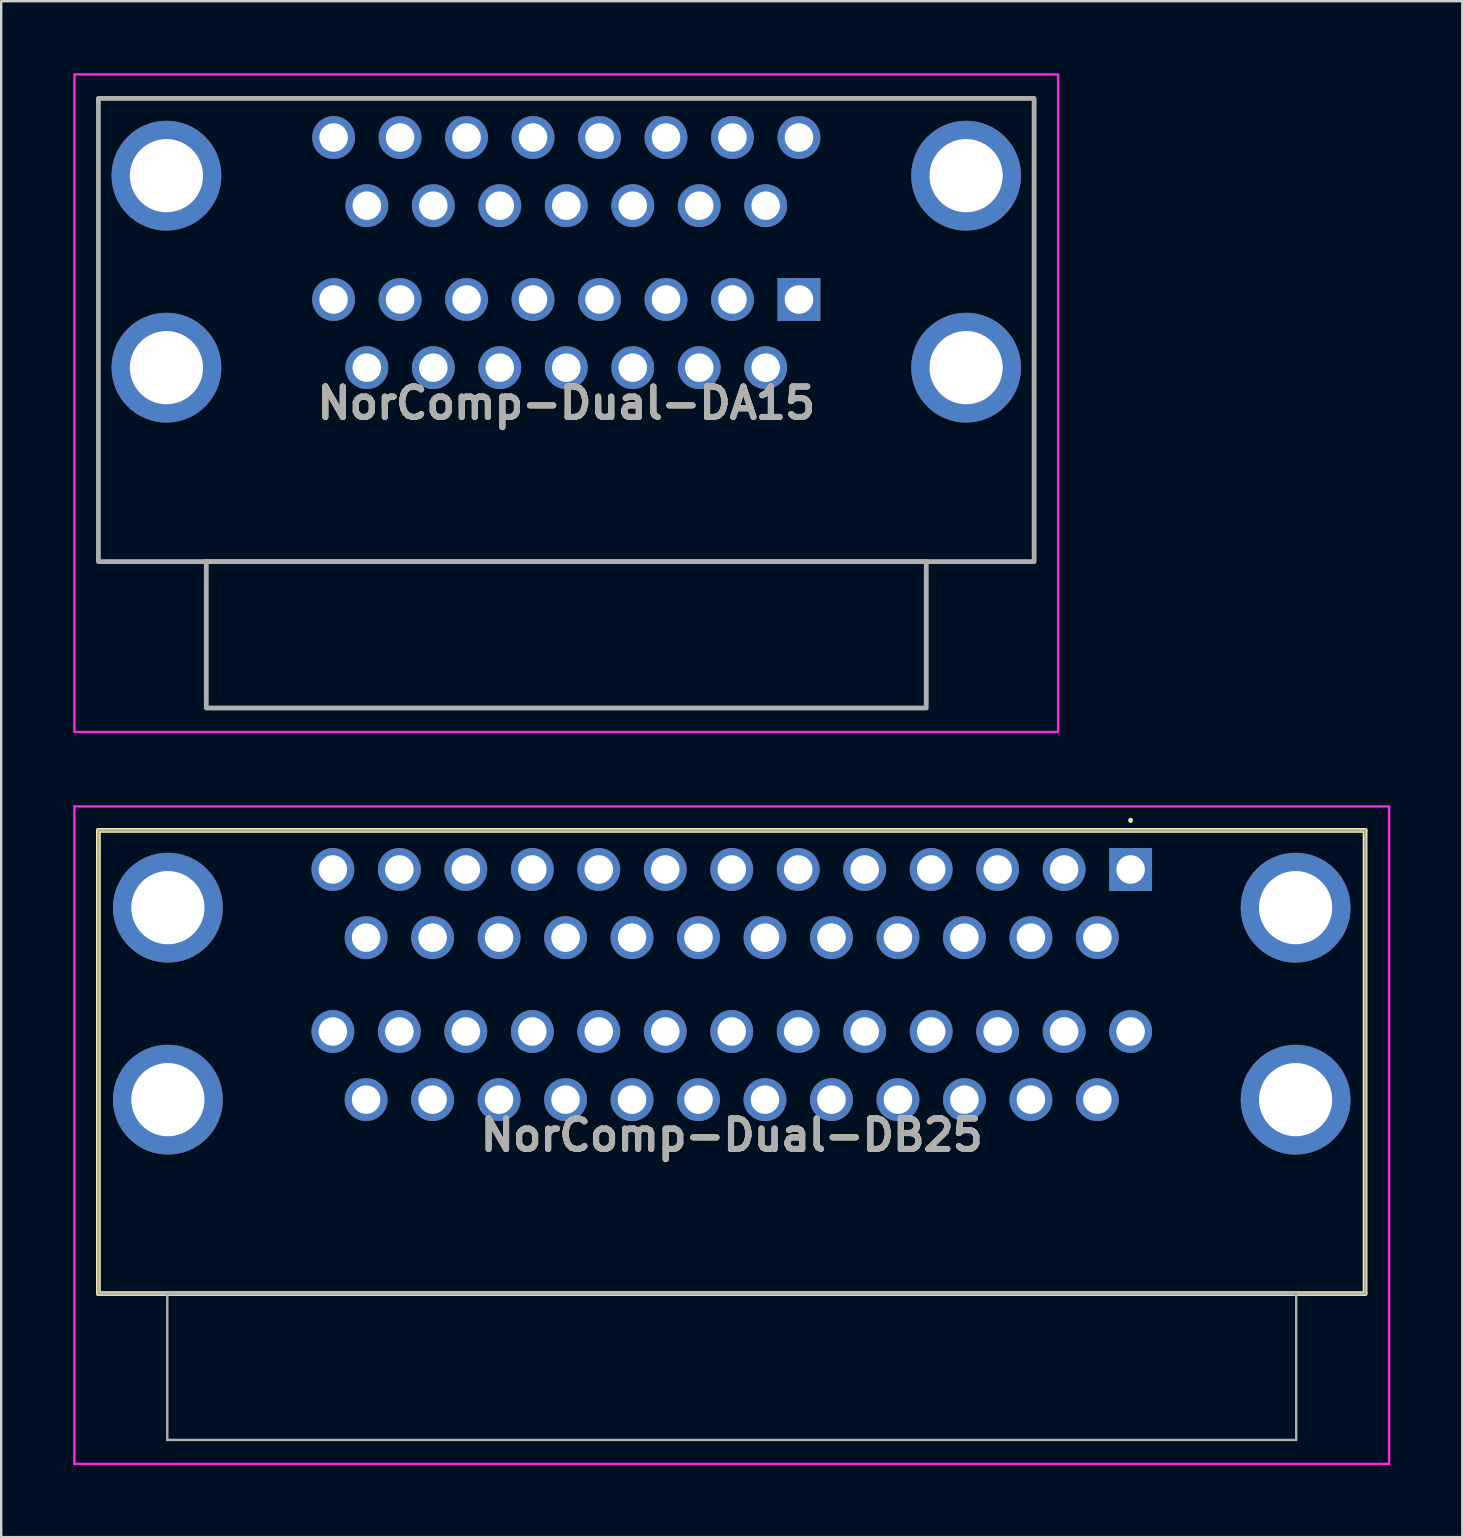
<source format=kicad_pcb>
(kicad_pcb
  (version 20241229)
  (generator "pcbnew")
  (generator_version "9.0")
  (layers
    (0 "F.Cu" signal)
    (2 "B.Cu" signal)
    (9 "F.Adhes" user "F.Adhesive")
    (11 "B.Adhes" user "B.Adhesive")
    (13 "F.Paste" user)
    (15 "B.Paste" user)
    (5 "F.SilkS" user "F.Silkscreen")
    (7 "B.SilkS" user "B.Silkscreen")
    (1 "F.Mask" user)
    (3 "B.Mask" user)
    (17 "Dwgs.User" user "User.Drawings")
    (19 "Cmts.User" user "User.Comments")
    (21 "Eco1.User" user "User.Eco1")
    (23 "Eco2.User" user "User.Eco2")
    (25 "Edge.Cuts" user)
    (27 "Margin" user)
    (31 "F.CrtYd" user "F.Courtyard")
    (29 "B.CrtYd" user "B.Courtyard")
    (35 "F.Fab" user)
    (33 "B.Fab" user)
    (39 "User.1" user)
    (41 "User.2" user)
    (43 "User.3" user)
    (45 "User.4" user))
  (footprint "NorComp-Dual-DA15"
    (layer "F.Cu")
    (at 30.24 9.43)
    (property "Reference" "NorComp-Dual-DA15" (at -9.695 4.32 0) (layer "F.SilkS") (effects (font (size 1.27 1.27) (thickness 0.254))))
    (attr through_hole)
    (fp_rect (start -29.19 -8.38) (end 9.8 10.92) (stroke (width 0.1) (type solid)) (fill no) (layer "F.SilkS"))
    (fp_rect (start -24.695 10.92) (end 5.305 17.02) (stroke (width 0.1) (type solid)) (fill no) (layer "F.SilkS"))
    (fp_rect (start -30.19 -9.38) (end 10.8 18.02) (stroke (width 0.1) (type solid)) (fill no) (layer "F.CrtYd"))
    (fp_rect (start -29.19 -8.38) (end 9.8 10.92) (stroke (width 0.2) (type solid)) (fill no) (layer "F.Fab"))
    (fp_rect (start -24.695 10.92) (end 5.305 17.02) (stroke (width 0.2) (type solid)) (fill no) (layer "F.Fab"))
    (fp_text user "${REFERENCE}" (at -9.695 4.32 0) (layer "F.Fab") (effects (font (size 1.27 1.27) (thickness 0.254))))
    (pad "A1" thru_hole rect (at 0 0) (size 1.785 1.785) (drill 1.19) (layers "*.Cu" "*.Mask"))
    (pad "A2" thru_hole circle (at -2.77 0) (size 1.785 1.785) (drill 1.19) (layers "*.Cu" "*.Mask"))
    (pad "A3" thru_hole circle (at -5.54 0) (size 1.785 1.785) (drill 1.19) (layers "*.Cu" "*.Mask"))
    (pad "A4" thru_hole circle (at -8.31 0) (size 1.785 1.785) (drill 1.19) (layers "*.Cu" "*.Mask"))
    (pad "A5" thru_hole circle (at -11.08 0) (size 1.785 1.785) (drill 1.19) (layers "*.Cu" "*.Mask"))
    (pad "A6" thru_hole circle (at -13.85 0) (size 1.785 1.785) (drill 1.19) (layers "*.Cu" "*.Mask"))
    (pad "A7" thru_hole circle (at -16.62 0) (size 1.785 1.785) (drill 1.19) (layers "*.Cu" "*.Mask"))
    (pad "A8" thru_hole circle (at -19.39 0) (size 1.785 1.785) (drill 1.19) (layers "*.Cu" "*.Mask"))
    (pad "A9" thru_hole circle (at -1.385 2.84) (size 1.785 1.785) (drill 1.19) (layers "*.Cu" "*.Mask"))
    (pad "A10" thru_hole circle (at -4.155 2.84) (size 1.785 1.785) (drill 1.19) (layers "*.Cu" "*.Mask"))
    (pad "A11" thru_hole circle (at -6.925 2.84) (size 1.785 1.785) (drill 1.19) (layers "*.Cu" "*.Mask"))
    (pad "A12" thru_hole circle (at -9.695 2.84) (size 1.785 1.785) (drill 1.19) (layers "*.Cu" "*.Mask"))
    (pad "A13" thru_hole circle (at -12.465 2.84) (size 1.785 1.785) (drill 1.19) (layers "*.Cu" "*.Mask"))
    (pad "A14" thru_hole circle (at -15.235 2.84) (size 1.785 1.785) (drill 1.19) (layers "*.Cu" "*.Mask"))
    (pad "A15" thru_hole circle (at -18.005 2.84) (size 1.785 1.785) (drill 1.19) (layers "*.Cu" "*.Mask"))
    (pad "B1" thru_hole circle (at 0 -6.75) (size 1.785 1.785) (drill 1.19) (layers "*.Cu" "*.Mask"))
    (pad "B2" thru_hole circle (at -2.77 -6.75) (size 1.785 1.785) (drill 1.19) (layers "*.Cu" "*.Mask"))
    (pad "B3" thru_hole circle (at -5.54 -6.75) (size 1.785 1.785) (drill 1.19) (layers "*.Cu" "*.Mask"))
    (pad "B4" thru_hole circle (at -8.31 -6.75) (size 1.785 1.785) (drill 1.19) (layers "*.Cu" "*.Mask"))
    (pad "B5" thru_hole circle (at -11.08 -6.75) (size 1.785 1.785) (drill 1.19) (layers "*.Cu" "*.Mask"))
    (pad "B6" thru_hole circle (at -13.85 -6.75) (size 1.785 1.785) (drill 1.19) (layers "*.Cu" "*.Mask"))
    (pad "B7" thru_hole circle (at -16.62 -6.75) (size 1.785 1.785) (drill 1.19) (layers "*.Cu" "*.Mask"))
    (pad "B8" thru_hole circle (at -19.39 -6.75) (size 1.785 1.785) (drill 1.19) (layers "*.Cu" "*.Mask"))
    (pad "B9" thru_hole circle (at -1.385 -3.91) (size 1.785 1.785) (drill 1.19) (layers "*.Cu" "*.Mask"))
    (pad "B10" thru_hole circle (at -4.155 -3.91) (size 1.785 1.785) (drill 1.19) (layers "*.Cu" "*.Mask"))
    (pad "B11" thru_hole circle (at -6.925 -3.91) (size 1.785 1.785) (drill 1.19) (layers "*.Cu" "*.Mask"))
    (pad "B12" thru_hole circle (at -9.695 -3.91) (size 1.785 1.785) (drill 1.19) (layers "*.Cu" "*.Mask"))
    (pad "B13" thru_hole circle (at -12.465 -3.91) (size 1.785 1.785) (drill 1.19) (layers "*.Cu" "*.Mask"))
    (pad "B14" thru_hole circle (at -15.235 -3.91) (size 1.785 1.785) (drill 1.19) (layers "*.Cu" "*.Mask"))
    (pad "B15" thru_hole circle (at -18.005 -3.91) (size 1.785 1.785) (drill 1.19) (layers "*.Cu" "*.Mask"))
    (pad "MH1" thru_hole circle (at 6.965 2.84) (size 4.575 4.575) (drill 3.05) (layers "*.Cu" "*.Mask"))
    (pad "MH2" thru_hole circle (at -26.355 2.84) (size 4.575 4.575) (drill 3.05) (layers "*.Cu" "*.Mask"))
    (pad "MH3" thru_hole circle (at 6.965 -5.16) (size 4.575 4.575) (drill 3.05) (layers "*.Cu" "*.Mask"))
    (pad "MH4" thru_hole circle (at -26.355 -5.16) (size 4.575 4.575) (drill 3.05) (layers "*.Cu" "*.Mask")))
  (footprint "NorComp-Dual-DB25"
    (layer "F.Cu")
    (at 44.06 33.18)
    (property "Reference" "NorComp-Dual-DB25" (at -16.62 11.07 0) (layer "F.SilkS") (effects (font (size 1.27 1.27) (thickness 0.254))))
    (attr through_hole)
    (fp_line (start -43.01 -1.63) (end 9.77 -1.63) (stroke (width 0.2) (type solid)) (layer "F.SilkS"))
    (fp_line (start -43.01 17.67) (end -43.01 -1.63) (stroke (width 0.2) (type solid)) (layer "F.SilkS"))
    (fp_line (start 0 -2.1) (end 0 -2.1) (stroke (width 0.1) (type solid)) (layer "F.SilkS"))
    (fp_line (start 0 -2) (end 0 -2) (stroke (width 0.1) (type solid)) (layer "F.SilkS"))
    (fp_line (start 9.77 -1.63) (end 9.77 17.67) (stroke (width 0.2) (type solid)) (layer "F.SilkS"))
    (fp_line (start 9.77 17.67) (end -43.01 17.67) (stroke (width 0.2) (type solid)) (layer "F.SilkS"))
    (fp_arc (start 0 -2.1) (mid 0.05 -2.05) (end 0 -2) (stroke (width 0.1) (type solid)) (layer "F.SilkS"))
    (fp_arc (start 0 -2) (mid -0.05 -2.05) (end 0 -2.1) (stroke (width 0.1) (type solid)) (layer "F.SilkS"))
    (fp_line (start -44.01 -2.63) (end 10.77 -2.63) (stroke (width 0.1) (type solid)) (layer "F.CrtYd"))
    (fp_line (start -44.01 24.77) (end -44.01 -2.63) (stroke (width 0.1) (type solid)) (layer "F.CrtYd"))
    (fp_line (start 10.77 -2.63) (end 10.77 24.77) (stroke (width 0.1) (type solid)) (layer "F.CrtYd"))
    (fp_line (start 10.77 24.77) (end -44.01 24.77) (stroke (width 0.1) (type solid)) (layer "F.CrtYd"))
    (fp_line (start -43.01 -1.63) (end 9.77 -1.63) (stroke (width 0.1) (type solid)) (layer "F.Fab"))
    (fp_line (start -43.01 17.67) (end -43.01 -1.63) (stroke (width 0.1) (type solid)) (layer "F.Fab"))
    (fp_line (start -40.14 17.67) (end 6.9 17.67) (stroke (width 0.1) (type solid)) (layer "F.Fab"))
    (fp_line (start -40.14 23.77) (end -40.14 17.67) (stroke (width 0.1) (type solid)) (layer "F.Fab"))
    (fp_line (start 6.9 17.67) (end 6.9 23.77) (stroke (width 0.1) (type solid)) (layer "F.Fab"))
    (fp_line (start 6.9 23.77) (end -40.14 23.77) (stroke (width 0.1) (type solid)) (layer "F.Fab"))
    (fp_line (start 9.77 -1.63) (end 9.77 17.67) (stroke (width 0.1) (type solid)) (layer "F.Fab"))
    (fp_line (start 9.77 17.67) (end -43.01 17.67) (stroke (width 0.1) (type solid)) (layer "F.Fab"))
    (fp_text user "${REFERENCE}" (at -16.62 11.07 0) (layer "F.Fab") (effects (font (size 1.27 1.27) (thickness 0.254))))
    (pad "A1" thru_hole rect (at 0 0) (size 1.785 1.785) (drill 1.19) (layers "*.Cu" "*.Mask"))
    (pad "A2" thru_hole circle (at -1.385 2.84) (size 1.785 1.785) (drill 1.19) (layers "*.Cu" "*.Mask"))
    (pad "A3" thru_hole circle (at -2.77 0) (size 1.785 1.785) (drill 1.19) (layers "*.Cu" "*.Mask"))
    (pad "A4" thru_hole circle (at -4.155 2.84) (size 1.785 1.785) (drill 1.19) (layers "*.Cu" "*.Mask"))
    (pad "A5" thru_hole circle (at -5.54 0) (size 1.785 1.785) (drill 1.19) (layers "*.Cu" "*.Mask"))
    (pad "A6" thru_hole circle (at -6.925 2.84) (size 1.785 1.785) (drill 1.19) (layers "*.Cu" "*.Mask"))
    (pad "A7" thru_hole circle (at -8.31 0) (size 1.785 1.785) (drill 1.19) (layers "*.Cu" "*.Mask"))
    (pad "A8" thru_hole circle (at -9.695 2.84) (size 1.785 1.785) (drill 1.19) (layers "*.Cu" "*.Mask"))
    (pad "A9" thru_hole circle (at -11.08 0) (size 1.785 1.785) (drill 1.19) (layers "*.Cu" "*.Mask"))
    (pad "A10" thru_hole circle (at -12.465 2.84) (size 1.785 1.785) (drill 1.19) (layers "*.Cu" "*.Mask"))
    (pad "A11" thru_hole circle (at -13.85 0) (size 1.785 1.785) (drill 1.19) (layers "*.Cu" "*.Mask"))
    (pad "A12" thru_hole circle (at -15.235 2.84) (size 1.785 1.785) (drill 1.19) (layers "*.Cu" "*.Mask"))
    (pad "A13" thru_hole circle (at -16.62 0) (size 1.785 1.785) (drill 1.19) (layers "*.Cu" "*.Mask"))
    (pad "A14" thru_hole circle (at -18.005 2.84) (size 1.785 1.785) (drill 1.19) (layers "*.Cu" "*.Mask"))
    (pad "A15" thru_hole circle (at -19.39 0) (size 1.785 1.785) (drill 1.19) (layers "*.Cu" "*.Mask"))
    (pad "A16" thru_hole circle (at -20.775 2.84) (size 1.785 1.785) (drill 1.19) (layers "*.Cu" "*.Mask"))
    (pad "A17" thru_hole circle (at -22.16 0) (size 1.785 1.785) (drill 1.19) (layers "*.Cu" "*.Mask"))
    (pad "A18" thru_hole circle (at -23.545 2.84) (size 1.785 1.785) (drill 1.19) (layers "*.Cu" "*.Mask"))
    (pad "A19" thru_hole circle (at -24.93 0) (size 1.785 1.785) (drill 1.19) (layers "*.Cu" "*.Mask"))
    (pad "A20" thru_hole circle (at -26.315 2.84) (size 1.785 1.785) (drill 1.19) (layers "*.Cu" "*.Mask"))
    (pad "A21" thru_hole circle (at -27.7 0) (size 1.785 1.785) (drill 1.19) (layers "*.Cu" "*.Mask"))
    (pad "A22" thru_hole circle (at -29.085 2.84) (size 1.785 1.785) (drill 1.19) (layers "*.Cu" "*.Mask"))
    (pad "A23" thru_hole circle (at -30.47 0) (size 1.785 1.785) (drill 1.19) (layers "*.Cu" "*.Mask"))
    (pad "A24" thru_hole circle (at -31.855 2.84) (size 1.785 1.785) (drill 1.19) (layers "*.Cu" "*.Mask"))
    (pad "A25" thru_hole circle (at -33.24 0) (size 1.785 1.785) (drill 1.19) (layers "*.Cu" "*.Mask"))
    (pad "B1" thru_hole circle (at 0 6.75) (size 1.785 1.785) (drill 1.19) (layers "*.Cu" "*.Mask"))
    (pad "B2" thru_hole circle (at -1.385 9.59) (size 1.785 1.785) (drill 1.19) (layers "*.Cu" "*.Mask"))
    (pad "B3" thru_hole circle (at -2.77 6.75) (size 1.785 1.785) (drill 1.19) (layers "*.Cu" "*.Mask"))
    (pad "B4" thru_hole circle (at -4.155 9.59) (size 1.785 1.785) (drill 1.19) (layers "*.Cu" "*.Mask"))
    (pad "B5" thru_hole circle (at -5.54 6.75) (size 1.785 1.785) (drill 1.19) (layers "*.Cu" "*.Mask"))
    (pad "B6" thru_hole circle (at -6.925 9.59) (size 1.785 1.785) (drill 1.19) (layers "*.Cu" "*.Mask"))
    (pad "B7" thru_hole circle (at -8.31 6.75) (size 1.785 1.785) (drill 1.19) (layers "*.Cu" "*.Mask"))
    (pad "B8" thru_hole circle (at -9.695 9.59) (size 1.785 1.785) (drill 1.19) (layers "*.Cu" "*.Mask"))
    (pad "B9" thru_hole circle (at -11.08 6.75) (size 1.785 1.785) (drill 1.19) (layers "*.Cu" "*.Mask"))
    (pad "B10" thru_hole circle (at -12.465 9.59) (size 1.785 1.785) (drill 1.19) (layers "*.Cu" "*.Mask"))
    (pad "B11" thru_hole circle (at -13.85 6.75) (size 1.785 1.785) (drill 1.19) (layers "*.Cu" "*.Mask"))
    (pad "B12" thru_hole circle (at -15.235 9.59) (size 1.785 1.785) (drill 1.19) (layers "*.Cu" "*.Mask"))
    (pad "B13" thru_hole circle (at -16.62 6.75) (size 1.785 1.785) (drill 1.19) (layers "*.Cu" "*.Mask"))
    (pad "B14" thru_hole circle (at -18.005 9.59) (size 1.785 1.785) (drill 1.19) (layers "*.Cu" "*.Mask"))
    (pad "B15" thru_hole circle (at -19.39 6.75) (size 1.785 1.785) (drill 1.19) (layers "*.Cu" "*.Mask"))
    (pad "B16" thru_hole circle (at -20.775 9.59) (size 1.785 1.785) (drill 1.19) (layers "*.Cu" "*.Mask"))
    (pad "B17" thru_hole circle (at -22.16 6.75) (size 1.785 1.785) (drill 1.19) (layers "*.Cu" "*.Mask"))
    (pad "B18" thru_hole circle (at -23.545 9.59) (size 1.785 1.785) (drill 1.19) (layers "*.Cu" "*.Mask"))
    (pad "B19" thru_hole circle (at -24.93 6.75) (size 1.785 1.785) (drill 1.19) (layers "*.Cu" "*.Mask"))
    (pad "B20" thru_hole circle (at -26.315 9.59) (size 1.785 1.785) (drill 1.19) (layers "*.Cu" "*.Mask"))
    (pad "B21" thru_hole circle (at -27.7 6.75) (size 1.785 1.785) (drill 1.19) (layers "*.Cu" "*.Mask"))
    (pad "B22" thru_hole circle (at -29.085 9.59) (size 1.785 1.785) (drill 1.19) (layers "*.Cu" "*.Mask"))
    (pad "B23" thru_hole circle (at -30.47 6.75) (size 1.785 1.785) (drill 1.19) (layers "*.Cu" "*.Mask"))
    (pad "B24" thru_hole circle (at -31.855 9.59) (size 1.785 1.785) (drill 1.19) (layers "*.Cu" "*.Mask"))
    (pad "B25" thru_hole circle (at -33.24 6.75) (size 1.785 1.785) (drill 1.19) (layers "*.Cu" "*.Mask"))
    (pad "MH1" thru_hole circle (at 6.875 1.59) (size 4.575 4.575) (drill 3.05) (layers "*.Cu" "*.Mask"))
    (pad "MH2" thru_hole circle (at -40.115 1.59) (size 4.575 4.575) (drill 3.05) (layers "*.Cu" "*.Mask"))
    (pad "MH3" thru_hole circle (at 6.875 9.59) (size 4.575 4.575) (drill 3.05) (layers "*.Cu" "*.Mask"))
    (pad "MH4" thru_hole circle (at -40.115 9.59) (size 4.575 4.575) (drill 3.05) (layers "*.Cu" "*.Mask")))
  (gr_rect
    (start -3 -3)
    (end 57.88 61)
    (stroke (width 0.1) (type default))
    (fill no)
    (layer "Edge.Cuts")))
</source>
